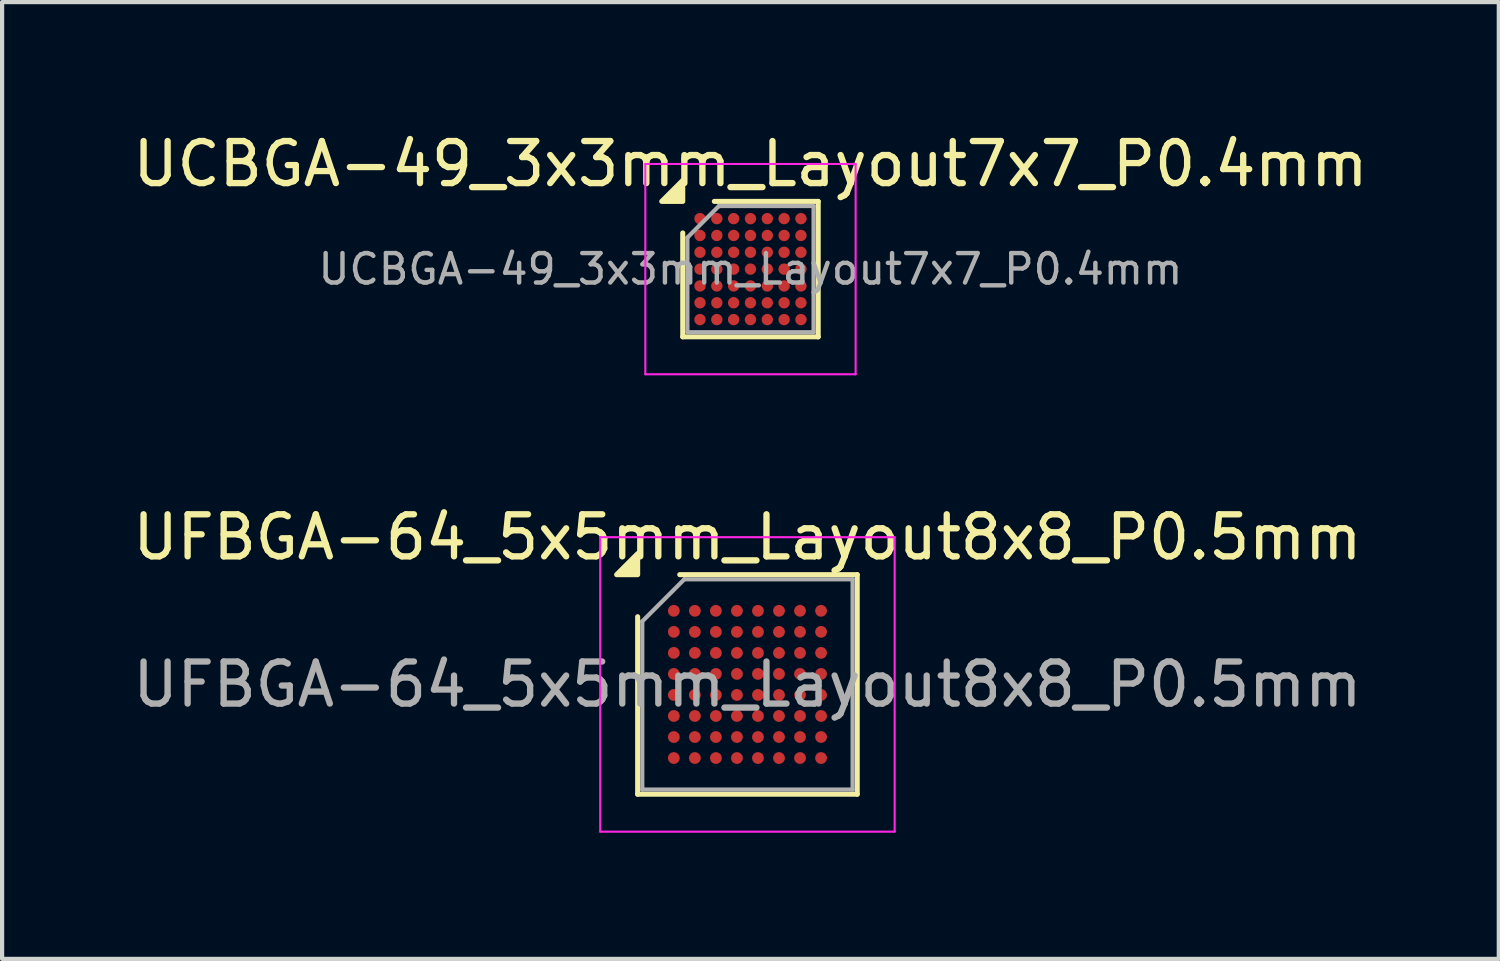
<source format=kicad_pcb>
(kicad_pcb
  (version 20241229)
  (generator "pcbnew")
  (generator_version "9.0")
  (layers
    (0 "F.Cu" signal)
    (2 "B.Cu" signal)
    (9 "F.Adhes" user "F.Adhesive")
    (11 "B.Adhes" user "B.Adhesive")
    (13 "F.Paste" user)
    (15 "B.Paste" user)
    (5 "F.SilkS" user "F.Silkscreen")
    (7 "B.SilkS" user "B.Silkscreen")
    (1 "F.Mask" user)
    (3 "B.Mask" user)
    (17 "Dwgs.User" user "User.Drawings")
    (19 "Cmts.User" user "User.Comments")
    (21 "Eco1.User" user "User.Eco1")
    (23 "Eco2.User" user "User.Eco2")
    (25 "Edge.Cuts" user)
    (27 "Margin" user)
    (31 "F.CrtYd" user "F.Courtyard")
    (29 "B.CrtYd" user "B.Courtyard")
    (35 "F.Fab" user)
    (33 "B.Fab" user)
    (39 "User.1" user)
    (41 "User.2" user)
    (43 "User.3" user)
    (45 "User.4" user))
  (footprint "UFBGA-64_5x5mm_Layout8x8_P0.5mm"
    (layer "F.Cu")
    (at 14.72 13.222)
    (property "Reference" "UFBGA-64_5x5mm_Layout8x8_P0.5mm" (at 0 -3.5 0) (layer "F.SilkS") (effects (font (size 1 1) (thickness 0.15))))
    (attr smd)
    (fp_line (start -2.61 2.61) (end -2.61 -1.61) (stroke (width 0.12) (type solid)) (layer "F.SilkS"))
    (fp_line (start -1.61 -2.61) (end 2.61 -2.61) (stroke (width 0.12) (type solid)) (layer "F.SilkS"))
    (fp_line (start 2.61 -2.61) (end 2.61 2.61) (stroke (width 0.12) (type solid)) (layer "F.SilkS"))
    (fp_line (start 2.61 2.61) (end -2.61 2.61) (stroke (width 0.12) (type solid)) (layer "F.SilkS"))
    (fp_poly (pts (xy -2.61 -2.61) (xy -3.11 -2.61) (xy -2.61 -3.11) (xy -2.61 -2.61)) (stroke (width 0.12) (type solid)) (fill yes) (layer "F.SilkS"))
    (fp_line (start -3.5 -3.5) (end -3.5 3.5) (stroke (width 0.05) (type solid)) (layer "F.CrtYd"))
    (fp_line (start -3.5 3.5) (end 3.5 3.5) (stroke (width 0.05) (type solid)) (layer "F.CrtYd"))
    (fp_line (start 3.5 -3.5) (end -3.5 -3.5) (stroke (width 0.05) (type solid)) (layer "F.CrtYd"))
    (fp_line (start 3.5 3.5) (end 3.5 -3.5) (stroke (width 0.05) (type solid)) (layer "F.CrtYd"))
    (fp_line (start -2.5 -1.5) (end -1.5 -2.5) (stroke (width 0.1) (type solid)) (layer "F.Fab"))
    (fp_line (start -2.5 2.5) (end -2.5 -1.5) (stroke (width 0.1) (type solid)) (layer "F.Fab"))
    (fp_line (start -1.5 -2.5) (end 2.5 -2.5) (stroke (width 0.1) (type solid)) (layer "F.Fab"))
    (fp_line (start 2.5 -2.5) (end 2.5 2.5) (stroke (width 0.1) (type solid)) (layer "F.Fab"))
    (fp_line (start 2.5 2.5) (end -2.5 2.5) (stroke (width 0.1) (type solid)) (layer "F.Fab"))
    (fp_text user "${REFERENCE}" (at 0 0 0) (layer "F.Fab") (effects (font (size 1 1) (thickness 0.15))))
    (pad "A1" smd circle (at -1.75 -1.75) (size 0.28 0.28) (property pad_prop_bga) (layers "F.Cu" "F.Mask" "F.Paste"))
    (pad "A2" smd circle (at -1.25 -1.75) (size 0.28 0.28) (property pad_prop_bga) (layers "F.Cu" "F.Mask" "F.Paste"))
    (pad "A3" smd circle (at -0.75 -1.75) (size 0.28 0.28) (property pad_prop_bga) (layers "F.Cu" "F.Mask" "F.Paste"))
    (pad "A4" smd circle (at -0.25 -1.75) (size 0.28 0.28) (property pad_prop_bga) (layers "F.Cu" "F.Mask" "F.Paste"))
    (pad "A5" smd circle (at 0.25 -1.75) (size 0.28 0.28) (property pad_prop_bga) (layers "F.Cu" "F.Mask" "F.Paste"))
    (pad "A6" smd circle (at 0.75 -1.75) (size 0.28 0.28) (property pad_prop_bga) (layers "F.Cu" "F.Mask" "F.Paste"))
    (pad "A7" smd circle (at 1.25 -1.75) (size 0.28 0.28) (property pad_prop_bga) (layers "F.Cu" "F.Mask" "F.Paste"))
    (pad "A8" smd circle (at 1.75 -1.75) (size 0.28 0.28) (property pad_prop_bga) (layers "F.Cu" "F.Mask" "F.Paste"))
    (pad "B1" smd circle (at -1.75 -1.25) (size 0.28 0.28) (property pad_prop_bga) (layers "F.Cu" "F.Mask" "F.Paste"))
    (pad "B2" smd circle (at -1.25 -1.25) (size 0.28 0.28) (property pad_prop_bga) (layers "F.Cu" "F.Mask" "F.Paste"))
    (pad "B3" smd circle (at -0.75 -1.25) (size 0.28 0.28) (property pad_prop_bga) (layers "F.Cu" "F.Mask" "F.Paste"))
    (pad "B4" smd circle (at -0.25 -1.25) (size 0.28 0.28) (property pad_prop_bga) (layers "F.Cu" "F.Mask" "F.Paste"))
    (pad "B5" smd circle (at 0.25 -1.25) (size 0.28 0.28) (property pad_prop_bga) (layers "F.Cu" "F.Mask" "F.Paste"))
    (pad "B6" smd circle (at 0.75 -1.25) (size 0.28 0.28) (property pad_prop_bga) (layers "F.Cu" "F.Mask" "F.Paste"))
    (pad "B7" smd circle (at 1.25 -1.25) (size 0.28 0.28) (property pad_prop_bga) (layers "F.Cu" "F.Mask" "F.Paste"))
    (pad "B8" smd circle (at 1.75 -1.25) (size 0.28 0.28) (property pad_prop_bga) (layers "F.Cu" "F.Mask" "F.Paste"))
    (pad "C1" smd circle (at -1.75 -0.75) (size 0.28 0.28) (property pad_prop_bga) (layers "F.Cu" "F.Mask" "F.Paste"))
    (pad "C2" smd circle (at -1.25 -0.75) (size 0.28 0.28) (property pad_prop_bga) (layers "F.Cu" "F.Mask" "F.Paste"))
    (pad "C3" smd circle (at -0.75 -0.75) (size 0.28 0.28) (property pad_prop_bga) (layers "F.Cu" "F.Mask" "F.Paste"))
    (pad "C4" smd circle (at -0.25 -0.75) (size 0.28 0.28) (property pad_prop_bga) (layers "F.Cu" "F.Mask" "F.Paste"))
    (pad "C5" smd circle (at 0.25 -0.75) (size 0.28 0.28) (property pad_prop_bga) (layers "F.Cu" "F.Mask" "F.Paste"))
    (pad "C6" smd circle (at 0.75 -0.75) (size 0.28 0.28) (property pad_prop_bga) (layers "F.Cu" "F.Mask" "F.Paste"))
    (pad "C7" smd circle (at 1.25 -0.75) (size 0.28 0.28) (property pad_prop_bga) (layers "F.Cu" "F.Mask" "F.Paste"))
    (pad "C8" smd circle (at 1.75 -0.75) (size 0.28 0.28) (property pad_prop_bga) (layers "F.Cu" "F.Mask" "F.Paste"))
    (pad "D1" smd circle (at -1.75 -0.25) (size 0.28 0.28) (property pad_prop_bga) (layers "F.Cu" "F.Mask" "F.Paste"))
    (pad "D2" smd circle (at -1.25 -0.25) (size 0.28 0.28) (property pad_prop_bga) (layers "F.Cu" "F.Mask" "F.Paste"))
    (pad "D3" smd circle (at -0.75 -0.25) (size 0.28 0.28) (property pad_prop_bga) (layers "F.Cu" "F.Mask" "F.Paste"))
    (pad "D4" smd circle (at -0.25 -0.25) (size 0.28 0.28) (property pad_prop_bga) (layers "F.Cu" "F.Mask" "F.Paste"))
    (pad "D5" smd circle (at 0.25 -0.25) (size 0.28 0.28) (property pad_prop_bga) (layers "F.Cu" "F.Mask" "F.Paste"))
    (pad "D6" smd circle (at 0.75 -0.25) (size 0.28 0.28) (property pad_prop_bga) (layers "F.Cu" "F.Mask" "F.Paste"))
    (pad "D7" smd circle (at 1.25 -0.25) (size 0.28 0.28) (property pad_prop_bga) (layers "F.Cu" "F.Mask" "F.Paste"))
    (pad "D8" smd circle (at 1.75 -0.25) (size 0.28 0.28) (property pad_prop_bga) (layers "F.Cu" "F.Mask" "F.Paste"))
    (pad "E1" smd circle (at -1.75 0.25) (size 0.28 0.28) (property pad_prop_bga) (layers "F.Cu" "F.Mask" "F.Paste"))
    (pad "E2" smd circle (at -1.25 0.25) (size 0.28 0.28) (property pad_prop_bga) (layers "F.Cu" "F.Mask" "F.Paste"))
    (pad "E3" smd circle (at -0.75 0.25) (size 0.28 0.28) (property pad_prop_bga) (layers "F.Cu" "F.Mask" "F.Paste"))
    (pad "E4" smd circle (at -0.25 0.25) (size 0.28 0.28) (property pad_prop_bga) (layers "F.Cu" "F.Mask" "F.Paste"))
    (pad "E5" smd circle (at 0.25 0.25) (size 0.28 0.28) (property pad_prop_bga) (layers "F.Cu" "F.Mask" "F.Paste"))
    (pad "E6" smd circle (at 0.75 0.25) (size 0.28 0.28) (property pad_prop_bga) (layers "F.Cu" "F.Mask" "F.Paste"))
    (pad "E7" smd circle (at 1.25 0.25) (size 0.28 0.28) (property pad_prop_bga) (layers "F.Cu" "F.Mask" "F.Paste"))
    (pad "E8" smd circle (at 1.75 0.25) (size 0.28 0.28) (property pad_prop_bga) (layers "F.Cu" "F.Mask" "F.Paste"))
    (pad "F1" smd circle (at -1.75 0.75) (size 0.28 0.28) (property pad_prop_bga) (layers "F.Cu" "F.Mask" "F.Paste"))
    (pad "F2" smd circle (at -1.25 0.75) (size 0.28 0.28) (property pad_prop_bga) (layers "F.Cu" "F.Mask" "F.Paste"))
    (pad "F3" smd circle (at -0.75 0.75) (size 0.28 0.28) (property pad_prop_bga) (layers "F.Cu" "F.Mask" "F.Paste"))
    (pad "F4" smd circle (at -0.25 0.75) (size 0.28 0.28) (property pad_prop_bga) (layers "F.Cu" "F.Mask" "F.Paste"))
    (pad "F5" smd circle (at 0.25 0.75) (size 0.28 0.28) (property pad_prop_bga) (layers "F.Cu" "F.Mask" "F.Paste"))
    (pad "F6" smd circle (at 0.75 0.75) (size 0.28 0.28) (property pad_prop_bga) (layers "F.Cu" "F.Mask" "F.Paste"))
    (pad "F7" smd circle (at 1.25 0.75) (size 0.28 0.28) (property pad_prop_bga) (layers "F.Cu" "F.Mask" "F.Paste"))
    (pad "F8" smd circle (at 1.75 0.75) (size 0.28 0.28) (property pad_prop_bga) (layers "F.Cu" "F.Mask" "F.Paste"))
    (pad "G1" smd circle (at -1.75 1.25) (size 0.28 0.28) (property pad_prop_bga) (layers "F.Cu" "F.Mask" "F.Paste"))
    (pad "G2" smd circle (at -1.25 1.25) (size 0.28 0.28) (property pad_prop_bga) (layers "F.Cu" "F.Mask" "F.Paste"))
    (pad "G3" smd circle (at -0.75 1.25) (size 0.28 0.28) (property pad_prop_bga) (layers "F.Cu" "F.Mask" "F.Paste"))
    (pad "G4" smd circle (at -0.25 1.25) (size 0.28 0.28) (property pad_prop_bga) (layers "F.Cu" "F.Mask" "F.Paste"))
    (pad "G5" smd circle (at 0.25 1.25) (size 0.28 0.28) (property pad_prop_bga) (layers "F.Cu" "F.Mask" "F.Paste"))
    (pad "G6" smd circle (at 0.75 1.25) (size 0.28 0.28) (property pad_prop_bga) (layers "F.Cu" "F.Mask" "F.Paste"))
    (pad "G7" smd circle (at 1.25 1.25) (size 0.28 0.28) (property pad_prop_bga) (layers "F.Cu" "F.Mask" "F.Paste"))
    (pad "G8" smd circle (at 1.75 1.25) (size 0.28 0.28) (property pad_prop_bga) (layers "F.Cu" "F.Mask" "F.Paste"))
    (pad "H1" smd circle (at -1.75 1.75) (size 0.28 0.28) (property pad_prop_bga) (layers "F.Cu" "F.Mask" "F.Paste"))
    (pad "H2" smd circle (at -1.25 1.75) (size 0.28 0.28) (property pad_prop_bga) (layers "F.Cu" "F.Mask" "F.Paste"))
    (pad "H3" smd circle (at -0.75 1.75) (size 0.28 0.28) (property pad_prop_bga) (layers "F.Cu" "F.Mask" "F.Paste"))
    (pad "H4" smd circle (at -0.25 1.75) (size 0.28 0.28) (property pad_prop_bga) (layers "F.Cu" "F.Mask" "F.Paste"))
    (pad "H5" smd circle (at 0.25 1.75) (size 0.28 0.28) (property pad_prop_bga) (layers "F.Cu" "F.Mask" "F.Paste"))
    (pad "H6" smd circle (at 0.75 1.75) (size 0.28 0.28) (property pad_prop_bga) (layers "F.Cu" "F.Mask" "F.Paste"))
    (pad "H7" smd circle (at 1.25 1.75) (size 0.28 0.28) (property pad_prop_bga) (layers "F.Cu" "F.Mask" "F.Paste"))
    (pad "H8" smd circle (at 1.75 1.75) (size 0.28 0.28) (property pad_prop_bga) (layers "F.Cu" "F.Mask" "F.Paste")))
  (footprint "UCBGA-49_3x3mm_Layout7x7_P0.4mm"
    (layer "F.Cu")
    (at 14.792 3.348)
    (property "Reference" "UCBGA-49_3x3mm_Layout7x7_P0.4mm" (at 0 -2.5 0) (layer "F.SilkS") (effects (font (size 1 1) (thickness 0.15))))
    (attr smd)
    (fp_line (start -1.61 1.61) (end -1.61 -0.86) (stroke (width 0.12) (type solid)) (layer "F.SilkS"))
    (fp_line (start -0.86 -1.61) (end 1.61 -1.61) (stroke (width 0.12) (type solid)) (layer "F.SilkS"))
    (fp_line (start 1.61 -1.61) (end 1.61 1.61) (stroke (width 0.12) (type solid)) (layer "F.SilkS"))
    (fp_line (start 1.61 1.61) (end -1.61 1.61) (stroke (width 0.12) (type solid)) (layer "F.SilkS"))
    (fp_poly (pts (xy -1.61 -1.61) (xy -2.11 -1.61) (xy -1.61 -2.11) (xy -1.61 -1.61)) (stroke (width 0.12) (type solid)) (fill yes) (layer "F.SilkS"))
    (fp_line (start -2.5 -2.5) (end -2.5 2.5) (stroke (width 0.05) (type solid)) (layer "F.CrtYd"))
    (fp_line (start -2.5 2.5) (end 2.5 2.5) (stroke (width 0.05) (type solid)) (layer "F.CrtYd"))
    (fp_line (start 2.5 -2.5) (end -2.5 -2.5) (stroke (width 0.05) (type solid)) (layer "F.CrtYd"))
    (fp_line (start 2.5 2.5) (end 2.5 -2.5) (stroke (width 0.05) (type solid)) (layer "F.CrtYd"))
    (fp_line (start -1.5 -0.75) (end -0.75 -1.5) (stroke (width 0.1) (type solid)) (layer "F.Fab"))
    (fp_line (start -1.5 1.5) (end -1.5 -0.75) (stroke (width 0.1) (type solid)) (layer "F.Fab"))
    (fp_line (start -0.75 -1.5) (end 1.5 -1.5) (stroke (width 0.1) (type solid)) (layer "F.Fab"))
    (fp_line (start 1.5 -1.5) (end 1.5 1.5) (stroke (width 0.1) (type solid)) (layer "F.Fab"))
    (fp_line (start 1.5 1.5) (end -1.5 1.5) (stroke (width 0.1) (type solid)) (layer "F.Fab"))
    (fp_text user "${REFERENCE}" (at 0 0 0) (layer "F.Fab") (effects (font (size 0.7 0.7) (thickness 0.105))))
    (pad "A1" smd circle (at -1.2 -1.2) (size 0.27 0.27) (property pad_prop_bga) (layers "F.Cu" "F.Mask" "F.Paste"))
    (pad "A2" smd circle (at -0.8 -1.2) (size 0.27 0.27) (property pad_prop_bga) (layers "F.Cu" "F.Mask" "F.Paste"))
    (pad "A3" smd circle (at -0.4 -1.2) (size 0.27 0.27) (property pad_prop_bga) (layers "F.Cu" "F.Mask" "F.Paste"))
    (pad "A4" smd circle (at 0 -1.2) (size 0.27 0.27) (property pad_prop_bga) (layers "F.Cu" "F.Mask" "F.Paste"))
    (pad "A5" smd circle (at 0.4 -1.2) (size 0.27 0.27) (property pad_prop_bga) (layers "F.Cu" "F.Mask" "F.Paste"))
    (pad "A6" smd circle (at 0.8 -1.2) (size 0.27 0.27) (property pad_prop_bga) (layers "F.Cu" "F.Mask" "F.Paste"))
    (pad "A7" smd circle (at 1.2 -1.2) (size 0.27 0.27) (property pad_prop_bga) (layers "F.Cu" "F.Mask" "F.Paste"))
    (pad "B1" smd circle (at -1.2 -0.8) (size 0.27 0.27) (property pad_prop_bga) (layers "F.Cu" "F.Mask" "F.Paste"))
    (pad "B2" smd circle (at -0.8 -0.8) (size 0.27 0.27) (property pad_prop_bga) (layers "F.Cu" "F.Mask" "F.Paste"))
    (pad "B3" smd circle (at -0.4 -0.8) (size 0.27 0.27) (property pad_prop_bga) (layers "F.Cu" "F.Mask" "F.Paste"))
    (pad "B4" smd circle (at 0 -0.8) (size 0.27 0.27) (property pad_prop_bga) (layers "F.Cu" "F.Mask" "F.Paste"))
    (pad "B5" smd circle (at 0.4 -0.8) (size 0.27 0.27) (property pad_prop_bga) (layers "F.Cu" "F.Mask" "F.Paste"))
    (pad "B6" smd circle (at 0.8 -0.8) (size 0.27 0.27) (property pad_prop_bga) (layers "F.Cu" "F.Mask" "F.Paste"))
    (pad "B7" smd circle (at 1.2 -0.8) (size 0.27 0.27) (property pad_prop_bga) (layers "F.Cu" "F.Mask" "F.Paste"))
    (pad "C1" smd circle (at -1.2 -0.4) (size 0.27 0.27) (property pad_prop_bga) (layers "F.Cu" "F.Mask" "F.Paste"))
    (pad "C2" smd circle (at -0.8 -0.4) (size 0.27 0.27) (property pad_prop_bga) (layers "F.Cu" "F.Mask" "F.Paste"))
    (pad "C3" smd circle (at -0.4 -0.4) (size 0.27 0.27) (property pad_prop_bga) (layers "F.Cu" "F.Mask" "F.Paste"))
    (pad "C4" smd circle (at 0 -0.4) (size 0.27 0.27) (property pad_prop_bga) (layers "F.Cu" "F.Mask" "F.Paste"))
    (pad "C5" smd circle (at 0.4 -0.4) (size 0.27 0.27) (property pad_prop_bga) (layers "F.Cu" "F.Mask" "F.Paste"))
    (pad "C6" smd circle (at 0.8 -0.4) (size 0.27 0.27) (property pad_prop_bga) (layers "F.Cu" "F.Mask" "F.Paste"))
    (pad "C7" smd circle (at 1.2 -0.4) (size 0.27 0.27) (property pad_prop_bga) (layers "F.Cu" "F.Mask" "F.Paste"))
    (pad "D1" smd circle (at -1.2 0) (size 0.27 0.27) (property pad_prop_bga) (layers "F.Cu" "F.Mask" "F.Paste"))
    (pad "D2" smd circle (at -0.8 0) (size 0.27 0.27) (property pad_prop_bga) (layers "F.Cu" "F.Mask" "F.Paste"))
    (pad "D3" smd circle (at -0.4 0) (size 0.27 0.27) (property pad_prop_bga) (layers "F.Cu" "F.Mask" "F.Paste"))
    (pad "D4" smd circle (at 0 0) (size 0.27 0.27) (property pad_prop_bga) (layers "F.Cu" "F.Mask" "F.Paste"))
    (pad "D5" smd circle (at 0.4 0) (size 0.27 0.27) (property pad_prop_bga) (layers "F.Cu" "F.Mask" "F.Paste"))
    (pad "D6" smd circle (at 0.8 0) (size 0.27 0.27) (property pad_prop_bga) (layers "F.Cu" "F.Mask" "F.Paste"))
    (pad "D7" smd circle (at 1.2 0) (size 0.27 0.27) (property pad_prop_bga) (layers "F.Cu" "F.Mask" "F.Paste"))
    (pad "E1" smd circle (at -1.2 0.4) (size 0.27 0.27) (property pad_prop_bga) (layers "F.Cu" "F.Mask" "F.Paste"))
    (pad "E2" smd circle (at -0.8 0.4) (size 0.27 0.27) (property pad_prop_bga) (layers "F.Cu" "F.Mask" "F.Paste"))
    (pad "E3" smd circle (at -0.4 0.4) (size 0.27 0.27) (property pad_prop_bga) (layers "F.Cu" "F.Mask" "F.Paste"))
    (pad "E4" smd circle (at 0 0.4) (size 0.27 0.27) (property pad_prop_bga) (layers "F.Cu" "F.Mask" "F.Paste"))
    (pad "E5" smd circle (at 0.4 0.4) (size 0.27 0.27) (property pad_prop_bga) (layers "F.Cu" "F.Mask" "F.Paste"))
    (pad "E6" smd circle (at 0.8 0.4) (size 0.27 0.27) (property pad_prop_bga) (layers "F.Cu" "F.Mask" "F.Paste"))
    (pad "E7" smd circle (at 1.2 0.4) (size 0.27 0.27) (property pad_prop_bga) (layers "F.Cu" "F.Mask" "F.Paste"))
    (pad "F1" smd circle (at -1.2 0.8) (size 0.27 0.27) (property pad_prop_bga) (layers "F.Cu" "F.Mask" "F.Paste"))
    (pad "F2" smd circle (at -0.8 0.8) (size 0.27 0.27) (property pad_prop_bga) (layers "F.Cu" "F.Mask" "F.Paste"))
    (pad "F3" smd circle (at -0.4 0.8) (size 0.27 0.27) (property pad_prop_bga) (layers "F.Cu" "F.Mask" "F.Paste"))
    (pad "F4" smd circle (at 0 0.8) (size 0.27 0.27) (property pad_prop_bga) (layers "F.Cu" "F.Mask" "F.Paste"))
    (pad "F5" smd circle (at 0.4 0.8) (size 0.27 0.27) (property pad_prop_bga) (layers "F.Cu" "F.Mask" "F.Paste"))
    (pad "F6" smd circle (at 0.8 0.8) (size 0.27 0.27) (property pad_prop_bga) (layers "F.Cu" "F.Mask" "F.Paste"))
    (pad "F7" smd circle (at 1.2 0.8) (size 0.27 0.27) (property pad_prop_bga) (layers "F.Cu" "F.Mask" "F.Paste"))
    (pad "G1" smd circle (at -1.2 1.2) (size 0.27 0.27) (property pad_prop_bga) (layers "F.Cu" "F.Mask" "F.Paste"))
    (pad "G2" smd circle (at -0.8 1.2) (size 0.27 0.27) (property pad_prop_bga) (layers "F.Cu" "F.Mask" "F.Paste"))
    (pad "G3" smd circle (at -0.4 1.2) (size 0.27 0.27) (property pad_prop_bga) (layers "F.Cu" "F.Mask" "F.Paste"))
    (pad "G4" smd circle (at 0 1.2) (size 0.27 0.27) (property pad_prop_bga) (layers "F.Cu" "F.Mask" "F.Paste"))
    (pad "G5" smd circle (at 0.4 1.2) (size 0.27 0.27) (property pad_prop_bga) (layers "F.Cu" "F.Mask" "F.Paste"))
    (pad "G6" smd circle (at 0.8 1.2) (size 0.27 0.27) (property pad_prop_bga) (layers "F.Cu" "F.Mask" "F.Paste"))
    (pad "G7" smd circle (at 1.2 1.2) (size 0.27 0.27) (property pad_prop_bga) (layers "F.Cu" "F.Mask" "F.Paste")))
  (gr_rect
    (start -3 -3)
    (end 32.583 19.747)
    (stroke (width 0.1) (type default))
    (fill no)
    (layer "Edge.Cuts")))
</source>
